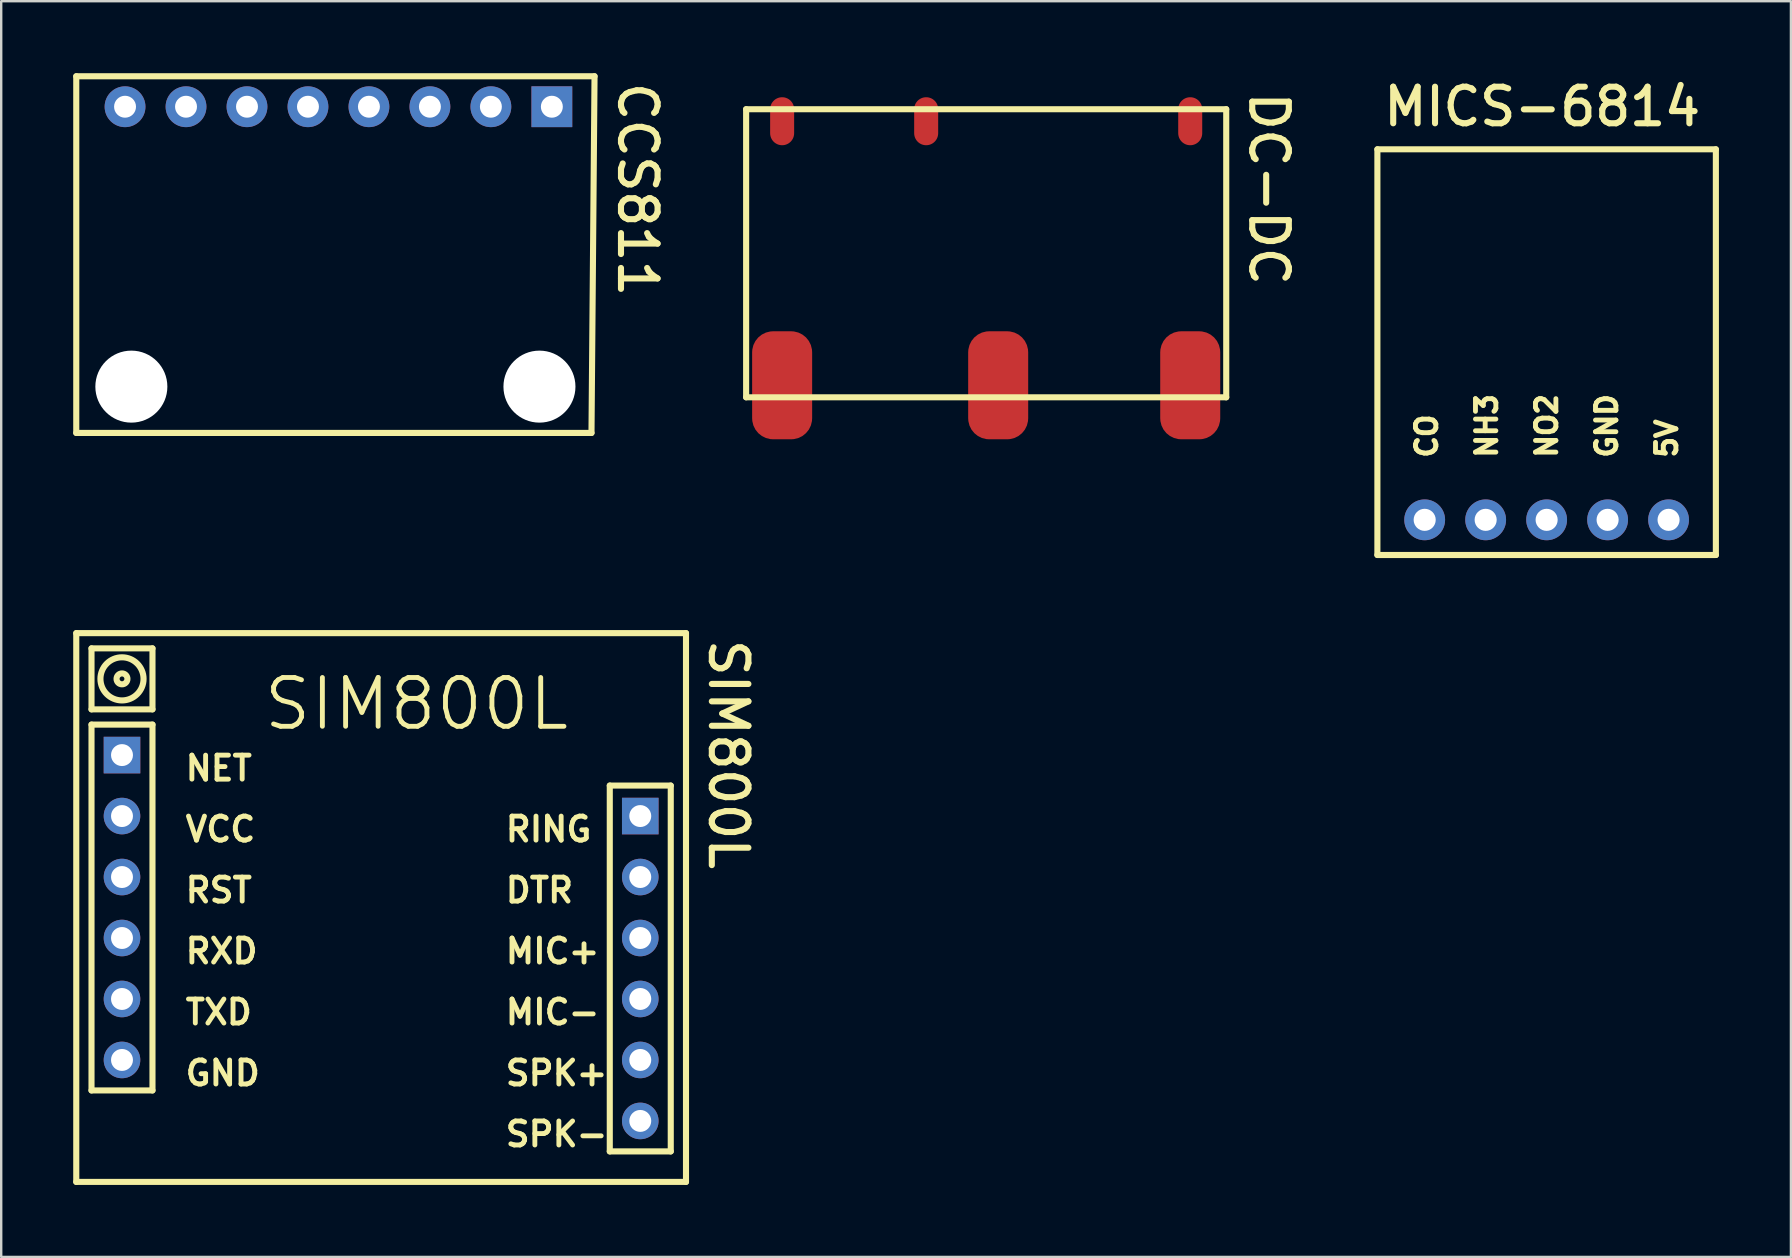
<source format=kicad_pcb>
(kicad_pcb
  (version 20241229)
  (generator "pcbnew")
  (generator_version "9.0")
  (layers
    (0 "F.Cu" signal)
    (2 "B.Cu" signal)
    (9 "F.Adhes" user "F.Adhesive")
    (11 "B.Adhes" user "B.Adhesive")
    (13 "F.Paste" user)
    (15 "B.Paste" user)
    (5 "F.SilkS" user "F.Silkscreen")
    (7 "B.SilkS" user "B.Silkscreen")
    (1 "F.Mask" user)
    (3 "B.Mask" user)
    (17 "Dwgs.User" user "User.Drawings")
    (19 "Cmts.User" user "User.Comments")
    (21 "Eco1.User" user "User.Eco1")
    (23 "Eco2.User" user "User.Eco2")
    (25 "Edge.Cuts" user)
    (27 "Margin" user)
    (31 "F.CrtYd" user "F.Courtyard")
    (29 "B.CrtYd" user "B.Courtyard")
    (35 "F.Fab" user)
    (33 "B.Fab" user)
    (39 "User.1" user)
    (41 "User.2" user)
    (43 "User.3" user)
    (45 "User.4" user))
  (footprint "SIM800L"
    (layer "F.Cu")
    (at 12.827 32.464)
    (property "Reference" "SIM800L" (at 13.576 -9.004 270) (unlocked yes) (layer "F.SilkS") (effects (font (size 1.524 1.524) (thickness 0.254)) (justify left bottom)))
    (fp_line (start -12.7 -9.139) (end -12.7 13.721) (stroke (width 0.254) (type solid)) (layer "F.SilkS"))
    (fp_line (start -12.7 -9.139) (end 12.7 -9.139) (stroke (width 0.254) (type solid)) (layer "F.SilkS"))
    (fp_line (start -12.7 13.721) (end 12.7 13.721) (stroke (width 0.254) (type solid)) (layer "F.SilkS"))
    (fp_line (start -12.065 -8.504) (end -12.065 -5.964) (stroke (width 0.254) (type solid)) (layer "F.SilkS"))
    (fp_line (start -12.065 -8.504) (end -9.525 -8.504) (stroke (width 0.254) (type solid)) (layer "F.SilkS"))
    (fp_line (start -12.065 -5.964) (end -9.525 -5.964) (stroke (width 0.254) (type solid)) (layer "F.SilkS"))
    (fp_line (start -12.065 -5.329) (end -12.065 9.911) (stroke (width 0.254) (type solid)) (layer "F.SilkS"))
    (fp_line (start -12.065 -5.329) (end -9.525 -5.329) (stroke (width 0.254) (type solid)) (layer "F.SilkS"))
    (fp_line (start -12.065 9.911) (end -9.525 9.911) (stroke (width 0.254) (type solid)) (layer "F.SilkS"))
    (fp_line (start -9.525 -8.504) (end -9.525 -5.964) (stroke (width 0.254) (type solid)) (layer "F.SilkS"))
    (fp_line (start -9.525 -5.329) (end -9.525 9.911) (stroke (width 0.254) (type solid)) (layer "F.SilkS"))
    (fp_line (start 9.525 -2.789) (end 9.525 12.451) (stroke (width 0.254) (type solid)) (layer "F.SilkS"))
    (fp_line (start 9.525 -2.789) (end 12.065 -2.789) (stroke (width 0.254) (type solid)) (layer "F.SilkS"))
    (fp_line (start 9.525 12.451) (end 12.065 12.451) (stroke (width 0.254) (type solid)) (layer "F.SilkS"))
    (fp_line (start 12.065 -2.789) (end 12.065 12.451) (stroke (width 0.254) (type solid)) (layer "F.SilkS"))
    (fp_line (start 12.7 -9.139) (end 12.7 13.721) (stroke (width 0.254) (type solid)) (layer "F.SilkS"))
    (fp_circle (center -10.795 -7.234) (end -10.695 -7.234) (stroke (width 0.254) (type solid)) (fill no) (layer "F.SilkS"))
    (fp_circle (center -10.795 -7.234) (end -9.897 -7.234) (stroke (width 0.254) (type solid)) (fill no) (layer "F.SilkS"))
    (fp_text user "SPK+" (at 5.08 9.776 0) (unlocked yes) (layer "F.SilkS") (effects (font (size 1 1) (thickness 0.203)) (justify left bottom)))
    (fp_text user "SPK-" (at 5.08 12.316 0) (unlocked yes) (layer "F.SilkS") (effects (font (size 1 1) (thickness 0.203)) (justify left bottom)))
    (fp_text user "DTR" (at 5.08 2.156 0) (unlocked yes) (layer "F.SilkS") (effects (font (size 1 1) (thickness 0.203)) (justify left bottom)))
    (fp_text user "TXD" (at -8.255 7.236 0) (unlocked yes) (layer "F.SilkS") (effects (font (size 1 1) (thickness 0.203)) (justify left bottom)))
    (fp_text user "MIC+" (at 5.08 4.696 0) (unlocked yes) (layer "F.SilkS") (effects (font (size 1 1) (thickness 0.203)) (justify left bottom)))
    (fp_text user "VCC" (at -8.255 -0.384 0) (unlocked yes) (layer "F.SilkS") (effects (font (size 1 1) (thickness 0.203)) (justify left bottom)))
    (fp_text user "RST" (at -8.255 2.156 0) (unlocked yes) (layer "F.SilkS") (effects (font (size 1 1) (thickness 0.203)) (justify left bottom)))
    (fp_text user "RXD" (at -8.255 4.696 0) (unlocked yes) (layer "F.SilkS") (effects (font (size 1 1) (thickness 0.203)) (justify left bottom)))
    (fp_text user "NET" (at -8.255 -2.924 0) (unlocked yes) (layer "F.SilkS") (effects (font (size 1 1) (thickness 0.203)) (justify left bottom)))
    (fp_text user "RING" (at 5.08 -0.384 0) (unlocked yes) (layer "F.SilkS") (effects (font (size 1 1) (thickness 0.203)) (justify left bottom)))
    (fp_text user "MIC-" (at 5.08 7.236 0) (unlocked yes) (layer "F.SilkS") (effects (font (size 1 1) (thickness 0.203)) (justify left bottom)))
    (fp_text user "GND" (at -8.255 9.776 0) (unlocked yes) (layer "F.SilkS") (effects (font (size 1 1) (thickness 0.203)) (justify left bottom)))
    (fp_text user "SIM800L" (at -5 -5 0) (unlocked yes) (layer "F.SilkS") (effects (font (size 2.032 2.032) (thickness 0.203)) (justify left bottom)))
    (pad "1" thru_hole rect (at -10.795 -4.059) (size 1.524 1.524) (drill 0.914) (layers "*.Cu" "*.Mask"))
    (pad "2" thru_hole circle (at -10.795 -1.519) (size 1.524 1.524) (drill 0.914) (layers "*.Cu" "*.Mask"))
    (pad "3" thru_hole circle (at -10.795 1.021) (size 1.524 1.524) (drill 0.914) (layers "*.Cu" "*.Mask"))
    (pad "4" thru_hole circle (at -10.795 3.561) (size 1.524 1.524) (drill 0.914) (layers "*.Cu" "*.Mask"))
    (pad "5" thru_hole circle (at -10.795 6.101) (size 1.524 1.524) (drill 0.914) (layers "*.Cu" "*.Mask"))
    (pad "6" thru_hole circle (at -10.795 8.641) (size 1.524 1.524) (drill 0.914) (layers "*.Cu" "*.Mask"))
    (pad "7" thru_hole circle (at 10.795 11.181) (size 1.524 1.524) (drill 0.914) (layers "*.Cu" "*.Mask"))
    (pad "8" thru_hole circle (at 10.795 8.641) (size 1.524 1.524) (drill 0.914) (layers "*.Cu" "*.Mask"))
    (pad "9" thru_hole circle (at 10.795 6.101) (size 1.524 1.524) (drill 0.914) (layers "*.Cu" "*.Mask"))
    (pad "10" thru_hole circle (at 10.795 3.561) (size 1.524 1.524) (drill 0.914) (layers "*.Cu" "*.Mask"))
    (pad "11" thru_hole circle (at 10.795 1.021) (size 1.524 1.524) (drill 0.914) (layers "*.Cu" "*.Mask"))
    (pad "12" thru_hole rect (at 10.795 -1.519) (size 1.524 1.524) (drill 0.914) (layers "*.Cu" "*.Mask")))
  (footprint "MICS-6814"
    (layer "F.Cu")
    (at 61.379 11.62)
    (property "Reference" "MICS-6814" (at -6.921 -9.335 0) (unlocked yes) (layer "F.SilkS") (effects (font (size 1.524 1.524) (thickness 0.254)) (justify left bottom)))
    (fp_line (start -7.05 -8.45) (end 7.05 -8.45) (stroke (width 0.254) (type solid)) (layer "F.SilkS"))
    (fp_line (start -7.05 8.45) (end -7.05 -8.45) (stroke (width 0.254) (type solid)) (layer "F.SilkS"))
    (fp_line (start -7.05 8.45) (end 7.05 8.45) (stroke (width 0.254) (type solid)) (layer "F.SilkS"))
    (fp_line (start 7.05 8.45) (end 7.05 -8.45) (stroke (width 0.254) (type solid)) (layer "F.SilkS"))
    (fp_text user "CO" (at -4.5 4.5 90) (unlocked yes) (layer "F.SilkS") (effects (font (size 0.85 0.85) (thickness 0.203)) (justify left bottom)))
    (fp_text user "NH3" (at -2 4.5 90) (unlocked yes) (layer "F.SilkS") (effects (font (size 0.85 0.85) (thickness 0.203)) (justify left bottom)))
    (fp_text user "GND" (at 3 4.5 90) (unlocked yes) (layer "F.SilkS") (effects (font (size 0.85 0.85) (thickness 0.203)) (justify left bottom)))
    (fp_text user "5V" (at 5.5 4.5 90) (unlocked yes) (layer "F.SilkS") (effects (font (size 0.85 0.85) (thickness 0.203)) (justify left bottom)))
    (fp_text user "NO2" (at 0.5 4.5 90) (unlocked yes) (layer "F.SilkS") (effects (font (size 0.85 0.85) (thickness 0.203)) (justify left bottom)))
    (pad "1" thru_hole circle (at -5.08 6.985) (size 1.7 1.7) (drill 0.92) (layers "*.Cu" "*.Mask"))
    (pad "2" thru_hole circle (at -2.54 6.985) (size 1.7 1.7) (drill 0.92) (layers "*.Cu" "*.Mask"))
    (pad "3" thru_hole circle (at 0 6.985) (size 1.7 1.7) (drill 0.92) (layers "*.Cu" "*.Mask"))
    (pad "4" thru_hole circle (at 2.54 6.985) (size 1.7 1.7) (drill 0.92) (layers "*.Cu" "*.Mask"))
    (pad "5" thru_hole circle (at 5.08 6.985) (size 1.7 1.7) (drill 0.92) (layers "*.Cu" "*.Mask")))
  (footprint "CCS811"
    (layer "F.Cu")
    (at 10.922 7.556)
    (property "Reference" "CCS811" (at 11.697 -7.303 270) (unlocked yes) (layer "F.SilkS") (effects (font (size 1.524 1.524) (thickness 0.254)) (justify left bottom)))
    (fp_line (start -10.795 -7.429) (end -10.795 7.429) (stroke (width 0.254) (type solid)) (layer "F.SilkS"))
    (fp_line (start -10.795 -7.429) (end 10.795 -7.429) (stroke (width 0.254) (type solid)) (layer "F.SilkS"))
    (fp_line (start -10.795 7.429) (end 10.668 7.429) (stroke (width 0.254) (type solid)) (layer "F.SilkS"))
    (fp_line (start 10.795 -7.429) (end 10.668 7.429) (stroke (width 0.254) (type solid)) (layer "F.SilkS"))
    (pad "" np_thru_hole circle (at -8.5 5.5) (size 3 3) (drill 3) (layers "*.Cu" "*.Mask"))
    (pad "" np_thru_hole circle (at 8.5 5.5) (size 3 3) (drill 3) (layers "*.Cu" "*.Mask"))
    (pad "1" thru_hole rect (at 9.017 -6.16) (size 1.7 1.7) (drill 0.914) (layers "*.Cu" "*.Mask"))
    (pad "2" thru_hole circle (at 6.477 -6.16) (size 1.7 1.7) (drill 0.914) (layers "*.Cu" "*.Mask"))
    (pad "3" thru_hole circle (at 3.937 -6.16) (size 1.7 1.7) (drill 0.914) (layers "*.Cu" "*.Mask"))
    (pad "4" thru_hole circle (at 1.397 -6.16) (size 1.7 1.7) (drill 0.914) (layers "*.Cu" "*.Mask"))
    (pad "5" thru_hole circle (at -1.143 -6.16) (size 1.7 1.7) (drill 0.914) (layers "*.Cu" "*.Mask"))
    (pad "6" thru_hole circle (at -3.683 -6.16) (size 1.7 1.7) (drill 0.914) (layers "*.Cu" "*.Mask"))
    (pad "7" thru_hole circle (at -6.223 -6.16) (size 1.7 1.7) (drill 0.914) (layers "*.Cu" "*.Mask"))
    (pad "8" thru_hole circle (at -8.763 -6.16) (size 1.7 1.7) (drill 0.914) (layers "*.Cu" "*.Mask")))
  (footprint "DC-DC"
    (layer "F.Cu")
    (at 38.032 7.5)
    (property "Reference" "DC-DC" (at 10.884 -6.845 270) (unlocked yes) (layer "F.SilkS") (effects (font (size 1.524 1.524) (thickness 0.254)) (justify left bottom)))
    (fp_line (start -10 -6) (end -10 6) (stroke (width 0.254) (type solid)) (layer "F.SilkS"))
    (fp_line (start -10 -6) (end 10 -6) (stroke (width 0.254) (type solid)) (layer "F.SilkS"))
    (fp_line (start -10 6) (end 10 6) (stroke (width 0.254) (type solid)) (layer "F.SilkS"))
    (fp_line (start 10 -6) (end 10 6) (stroke (width 0.254) (type solid)) (layer "F.SilkS"))
    (fp_line (start -9.5 -5.5) (end -9.5 5.5) (stroke (width 0.254) (type solid)) (layer "User.1"))
    (fp_line (start -9.5 -5.5) (end 9.5 -5.5) (stroke (width 0.254) (type solid)) (layer "User.1"))
    (fp_line (start -9.5 5.5) (end 9.5 5.5) (stroke (width 0.254) (type solid)) (layer "User.1"))
    (fp_line (start 9.5 -5.5) (end 9.5 5.5) (stroke (width 0.254) (type solid)) (layer "User.1"))
    (fp_circle (center -8.5 -5.5) (end -8.312 -5.5) (stroke (width 0.375) (type solid)) (fill no) (layer "User.1"))
    (fp_circle (center -2.5 -5.5) (end -2.312 -5.5) (stroke (width 0.375) (type solid)) (fill no) (layer "User.1"))
    (fp_circle (center 8.5 -5.5) (end 8.688 -5.5) (stroke (width 0.375) (type solid)) (fill no) (layer "User.1"))
    (fp_poly (pts (xy -8.8 -6.8) (xy -8.8 -4.2) (xy -8.2 -4.2) (xy -8.2 -6.8)) (stroke (width 1.4) (type solid)) (fill no) (layer "User.1"))
    (fp_poly (pts (xy -0.875 -6.625) (xy -0.875 -4.375) (xy -0.125 -4.375) (xy -0.125 -6.625)) (stroke (width 1.75) (type solid)) (fill no) (layer "User.1"))
    (fp_poly (pts (xy 8.2 -6.8) (xy 8.2 -4.2) (xy 8.8 -4.2) (xy 8.8 -6.8)) (stroke (width 1.4) (type solid)) (fill no) (layer "User.1"))
    (pad "1" smd roundrect (at -8.5 5.5) (size 2.5 4.5) (layers "F.Cu" "F.Mask" "F.Paste") (roundrect_rratio 0.35))
    (pad "2" smd roundrect (at 0.5 5.5) (size 2.5 4.5) (layers "F.Cu" "F.Mask" "F.Paste") (roundrect_rratio 0.35))
    (pad "3" smd roundrect (at 8.5 5.5) (size 2.5 4.5) (layers "F.Cu" "F.Mask" "F.Paste") (roundrect_rratio 0.35))
    (pad "4" smd oval (at 8.5 -5.5) (size 1 2) (layers "F.Cu" "F.Mask" "F.Paste"))
    (pad "5" smd oval (at -2.5 -5.5) (size 1 2) (layers "F.Cu" "F.Mask" "F.Paste"))
    (pad "6" smd oval (at -8.5 -5.5) (size 1 2) (layers "F.Cu" "F.Mask" "F.Paste")))
  (gr_rect
    (start -3 -3)
    (end 71.556 49.311)
    (stroke (width 0.1) (type default))
    (fill no)
    (layer "Edge.Cuts")))
</source>
